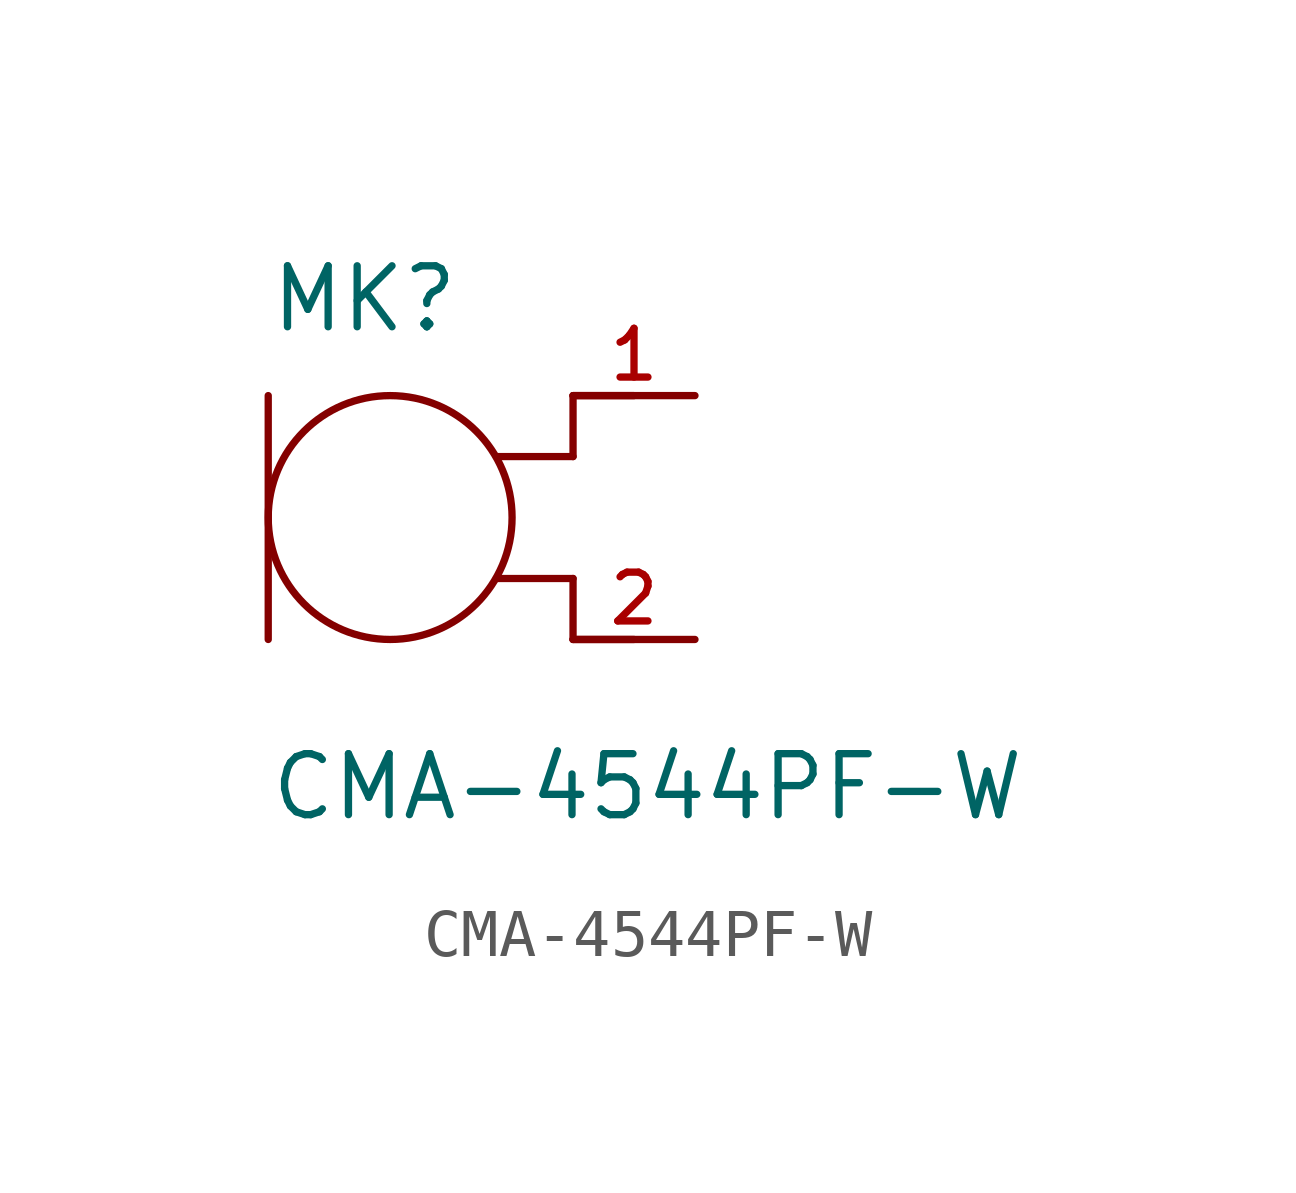
<source format=kicad_sym>
(kicad_symbol_lib
  (version 20231120)
  (generator "kicad_symbol_editor")
  (generator_version "8.0")
  (symbol "CMA-4544PF-W"
    (pin_names
      (offset 1.016))
    (property "Reference" "MK"
      (at -2.541 3.811 0)
      (effects (font (size 1.27 1.27)) (justify left bottom)))
    (property "Value" "CMA-4544PF-W"
      (at -2.541 -6.353 0)
      (effects (font (size 1.27 1.27)) (justify left bottom)))
    (symbol "CMA-4544PF-W_0_0"
      (pin output line (at 6.35 2.54 180) (length 2.54) (name "~" (effects (font (size 1.016 1.016)))) (number "1" (effects (font (size 1.016 1.016)))))
      (pin power_in line (at 6.35 -2.54 180) (length 2.54) (name "~" (effects (font (size 1.016 1.016)))) (number "2" (effects (font (size 1.016 1.016))))))
    (symbol "CMA-4544PF-W_1_0"
      (polyline (pts (xy -2.54 2.54) (xy -2.54 -2.54)) (stroke (width 0) (type default)) (fill (type none)))
      (polyline (pts (xy 3.81 -2.54) (xy 3.81 -1.27)) (stroke (width 0) (type default)) (fill (type none)))
      (polyline (pts (xy 3.81 -1.27) (xy 2.235 -1.27)) (stroke (width 0) (type default)) (fill (type none)))
      (polyline (pts (xy 3.81 1.27) (xy 2.235 1.27)) (stroke (width 0) (type default)) (fill (type none)))
      (polyline (pts (xy 3.81 2.54) (xy 3.81 1.27)) (stroke (width 0) (type default)) (fill (type none)))
      (polyline (pts (xy 5.08 -2.54) (xy 3.81 -2.54)) (stroke (width 0) (type default)) (fill (type none)))
      (polyline (pts (xy 5.08 2.54) (xy 3.81 2.54)) (stroke (width 0) (type default)) (fill (type none)))
      (circle (center 0 0) (radius 2.54) (stroke (width 0) (type default)) (fill (type none))))))
</source>
